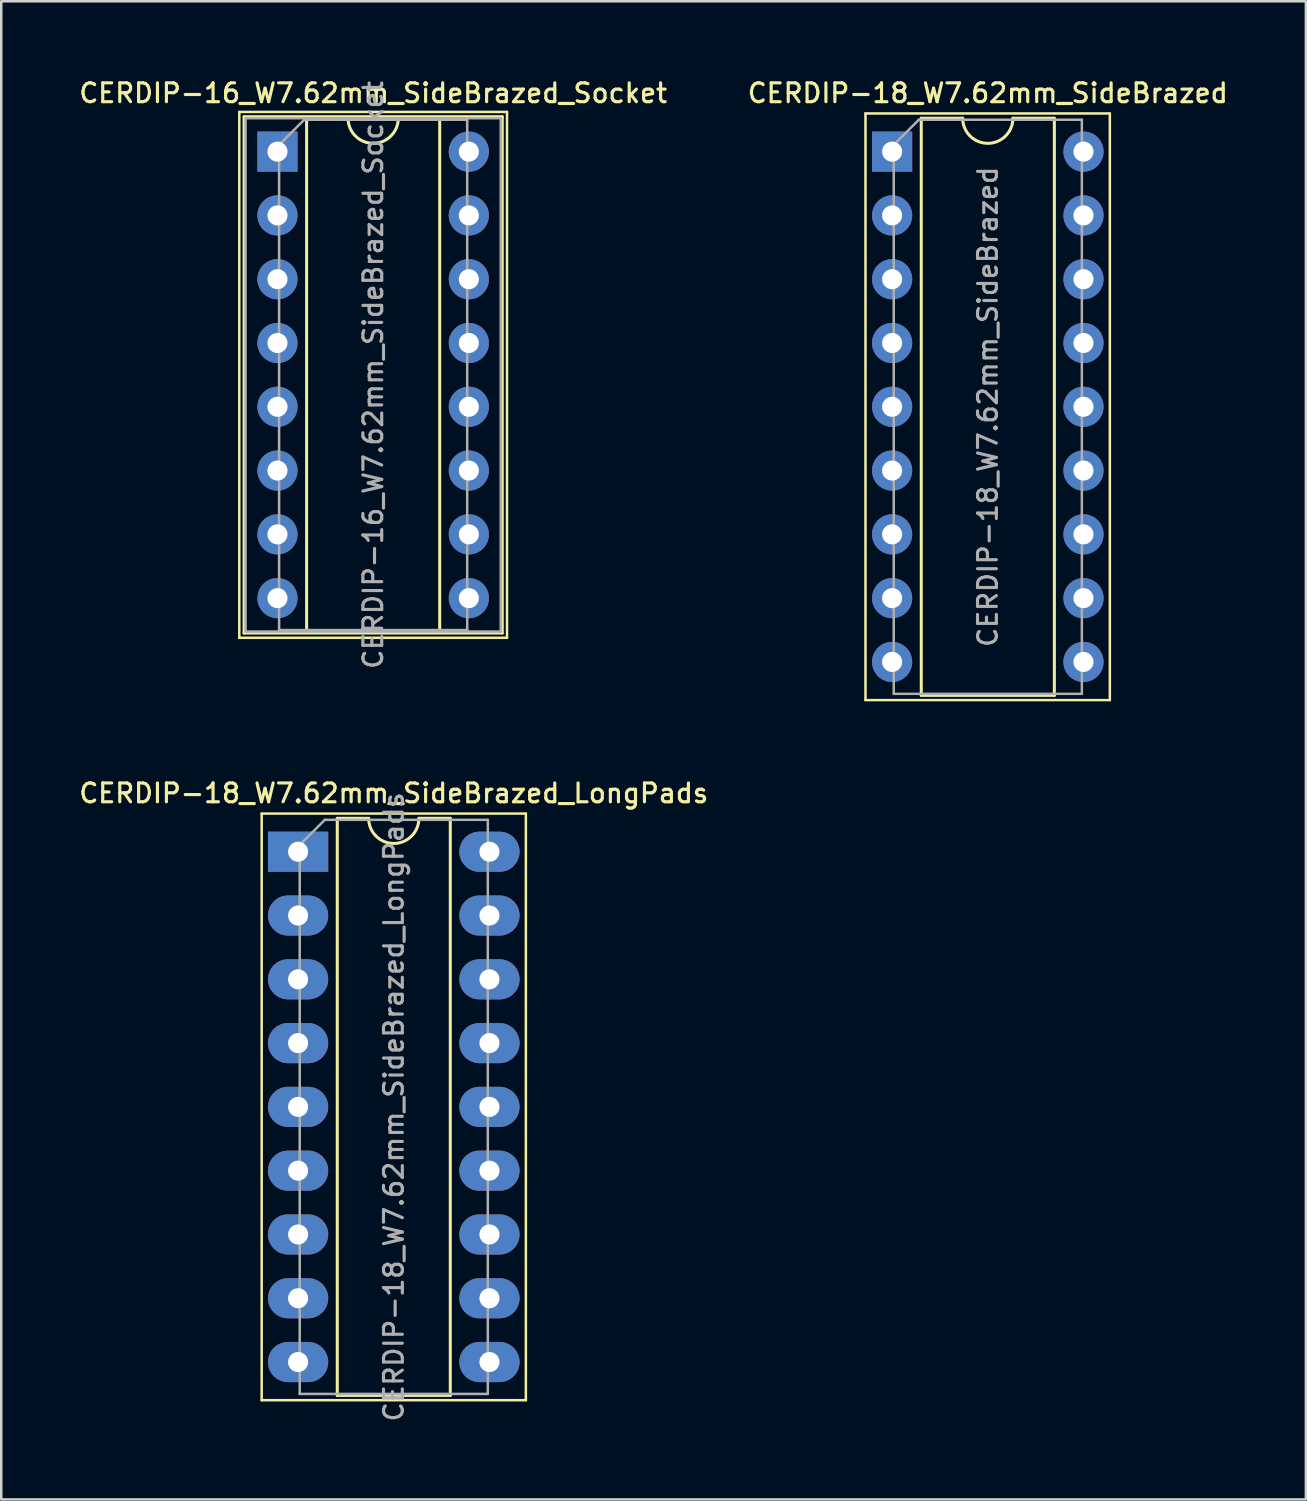
<source format=kicad_pcb>
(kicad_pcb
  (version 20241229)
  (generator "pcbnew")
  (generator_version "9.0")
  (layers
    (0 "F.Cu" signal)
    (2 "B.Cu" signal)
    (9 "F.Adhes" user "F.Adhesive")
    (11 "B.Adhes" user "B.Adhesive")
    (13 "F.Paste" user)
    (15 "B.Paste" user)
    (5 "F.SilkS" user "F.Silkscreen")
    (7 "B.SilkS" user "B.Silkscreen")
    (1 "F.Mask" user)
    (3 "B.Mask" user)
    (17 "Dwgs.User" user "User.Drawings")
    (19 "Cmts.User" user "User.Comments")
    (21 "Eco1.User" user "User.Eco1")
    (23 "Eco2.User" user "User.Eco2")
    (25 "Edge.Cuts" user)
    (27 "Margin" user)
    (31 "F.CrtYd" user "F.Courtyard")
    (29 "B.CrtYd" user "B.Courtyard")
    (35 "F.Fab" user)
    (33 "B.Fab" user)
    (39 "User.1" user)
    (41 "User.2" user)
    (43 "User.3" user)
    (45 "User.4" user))
  (footprint "CERDIP-18_W7.62mm_SideBrazed_LongPads"
    (layer "F.Cu")
    (at 8.82 30.866)
    (property "Reference" "CERDIP-18_W7.62mm_SideBrazed_LongPads" (at 3.81 -2.33 0) (layer "F.SilkS") (effects (font (size 0.75 0.75) (thickness 0.125))))
    (attr through_hole)
    (fp_line (start -1.45 -1.52) (end -1.45 21.84) (stroke (width 0.1) (type solid)) (layer "F.SilkS"))
    (fp_line (start -1.45 21.84) (end 9.07 21.84) (stroke (width 0.1) (type solid)) (layer "F.SilkS"))
    (fp_line (start 1.56 -1.33) (end 1.56 21.65) (stroke (width 0.12) (type solid)) (layer "F.SilkS"))
    (fp_line (start 1.56 21.65) (end 6.06 21.65) (stroke (width 0.12) (type solid)) (layer "F.SilkS"))
    (fp_line (start 2.81 -1.33) (end 1.56 -1.33) (stroke (width 0.12) (type solid)) (layer "F.SilkS"))
    (fp_line (start 6.06 -1.33) (end 4.81 -1.33) (stroke (width 0.12) (type solid)) (layer "F.SilkS"))
    (fp_line (start 6.06 21.65) (end 6.06 -1.33) (stroke (width 0.12) (type solid)) (layer "F.SilkS"))
    (fp_line (start 9.07 -1.52) (end -1.45 -1.52) (stroke (width 0.1) (type solid)) (layer "F.SilkS"))
    (fp_line (start 9.07 21.84) (end 9.07 -1.52) (stroke (width 0.1) (type solid)) (layer "F.SilkS"))
    (fp_arc (start 4.81 -1.33) (mid 3.81 -0.33) (end 2.81 -1.33) (stroke (width 0.12) (type solid)) (layer "F.SilkS"))
    (fp_line (start 0.065 -0.27) (end 1.065 -1.27) (stroke (width 0.1) (type solid)) (layer "F.Fab"))
    (fp_line (start 0.065 21.59) (end 0.065 -0.27) (stroke (width 0.1) (type solid)) (layer "F.Fab"))
    (fp_line (start 1.065 -1.27) (end 7.555 -1.27) (stroke (width 0.1) (type solid)) (layer "F.Fab"))
    (fp_line (start 7.555 -1.27) (end 7.555 21.59) (stroke (width 0.1) (type solid)) (layer "F.Fab"))
    (fp_line (start 7.555 21.59) (end 0.065 21.59) (stroke (width 0.1) (type solid)) (layer "F.Fab"))
    (fp_text user "${REFERENCE}" (at 3.81 10.16 90) (layer "F.Fab") (effects (font (size 0.75 0.75) (thickness 0.125))))
    (pad "1" thru_hole rect (at 0 0) (size 2.4 1.6) (drill 0.8) (layers "*.Cu" "*.Mask"))
    (pad "2" thru_hole oval (at 0 2.54) (size 2.4 1.6) (drill 0.8) (layers "*.Cu" "*.Mask"))
    (pad "3" thru_hole oval (at 0 5.08) (size 2.4 1.6) (drill 0.8) (layers "*.Cu" "*.Mask"))
    (pad "4" thru_hole oval (at 0 7.62) (size 2.4 1.6) (drill 0.8) (layers "*.Cu" "*.Mask"))
    (pad "5" thru_hole oval (at 0 10.16) (size 2.4 1.6) (drill 0.8) (layers "*.Cu" "*.Mask"))
    (pad "6" thru_hole oval (at 0 12.7) (size 2.4 1.6) (drill 0.8) (layers "*.Cu" "*.Mask"))
    (pad "7" thru_hole oval (at 0 15.24) (size 2.4 1.6) (drill 0.8) (layers "*.Cu" "*.Mask"))
    (pad "8" thru_hole oval (at 0 17.78) (size 2.4 1.6) (drill 0.8) (layers "*.Cu" "*.Mask"))
    (pad "9" thru_hole oval (at 0 20.32) (size 2.4 1.6) (drill 0.8) (layers "*.Cu" "*.Mask"))
    (pad "10" thru_hole oval (at 7.62 20.32) (size 2.4 1.6) (drill 0.8) (layers "*.Cu" "*.Mask"))
    (pad "11" thru_hole oval (at 7.62 17.78) (size 2.4 1.6) (drill 0.8) (layers "*.Cu" "*.Mask"))
    (pad "12" thru_hole oval (at 7.62 15.24) (size 2.4 1.6) (drill 0.8) (layers "*.Cu" "*.Mask"))
    (pad "13" thru_hole oval (at 7.62 12.7) (size 2.4 1.6) (drill 0.8) (layers "*.Cu" "*.Mask"))
    (pad "14" thru_hole oval (at 7.62 10.16) (size 2.4 1.6) (drill 0.8) (layers "*.Cu" "*.Mask"))
    (pad "15" thru_hole oval (at 7.62 7.62) (size 2.4 1.6) (drill 0.8) (layers "*.Cu" "*.Mask"))
    (pad "16" thru_hole oval (at 7.62 5.08) (size 2.4 1.6) (drill 0.8) (layers "*.Cu" "*.Mask"))
    (pad "17" thru_hole oval (at 7.62 2.54) (size 2.4 1.6) (drill 0.8) (layers "*.Cu" "*.Mask"))
    (pad "18" thru_hole oval (at 7.62 0) (size 2.4 1.6) (drill 0.8) (layers "*.Cu" "*.Mask")))
  (footprint "CERDIP-16_W7.62mm_SideBrazed_Socket"
    (layer "F.Cu")
    (at 7.999 2.988)
    (property "Reference" "CERDIP-16_W7.62mm_SideBrazed_Socket" (at 3.81 -2.33 0) (layer "F.SilkS") (effects (font (size 0.75 0.75) (thickness 0.125))))
    (attr through_hole)
    (fp_line (start -1.52 -1.58) (end -1.52 19.36) (stroke (width 0.1) (type solid)) (layer "F.SilkS"))
    (fp_line (start -1.52 19.36) (end 9.14 19.36) (stroke (width 0.1) (type solid)) (layer "F.SilkS"))
    (fp_line (start -1.33 -1.39) (end -1.33 19.17) (stroke (width 0.12) (type solid)) (layer "F.SilkS"))
    (fp_line (start -1.33 19.17) (end 8.95 19.17) (stroke (width 0.12) (type solid)) (layer "F.SilkS"))
    (fp_line (start 1.16 -1.33) (end 1.16 19.11) (stroke (width 0.12) (type solid)) (layer "F.SilkS"))
    (fp_line (start 1.16 19.11) (end 6.46 19.11) (stroke (width 0.12) (type solid)) (layer "F.SilkS"))
    (fp_line (start 2.81 -1.33) (end 1.16 -1.33) (stroke (width 0.12) (type solid)) (layer "F.SilkS"))
    (fp_line (start 6.46 -1.33) (end 4.81 -1.33) (stroke (width 0.12) (type solid)) (layer "F.SilkS"))
    (fp_line (start 6.46 19.11) (end 6.46 -1.33) (stroke (width 0.12) (type solid)) (layer "F.SilkS"))
    (fp_line (start 8.95 -1.39) (end -1.33 -1.39) (stroke (width 0.12) (type solid)) (layer "F.SilkS"))
    (fp_line (start 8.95 19.17) (end 8.95 -1.39) (stroke (width 0.12) (type solid)) (layer "F.SilkS"))
    (fp_line (start 9.14 -1.58) (end -1.52 -1.58) (stroke (width 0.1) (type solid)) (layer "F.SilkS"))
    (fp_line (start 9.14 19.36) (end 9.14 -1.58) (stroke (width 0.1) (type solid)) (layer "F.SilkS"))
    (fp_arc (start 4.81 -1.33) (mid 3.81 -0.33) (end 2.81 -1.33) (stroke (width 0.12) (type solid)) (layer "F.SilkS"))
    (fp_line (start -1.27 -1.33) (end -1.27 19.11) (stroke (width 0.1) (type solid)) (layer "F.Fab"))
    (fp_line (start -1.27 19.11) (end 8.89 19.11) (stroke (width 0.1) (type solid)) (layer "F.Fab"))
    (fp_line (start 0.065 -0.27) (end 1.065 -1.27) (stroke (width 0.1) (type solid)) (layer "F.Fab"))
    (fp_line (start 0.065 19.05) (end 0.065 -0.27) (stroke (width 0.1) (type solid)) (layer "F.Fab"))
    (fp_line (start 1.065 -1.27) (end 7.555 -1.27) (stroke (width 0.1) (type solid)) (layer "F.Fab"))
    (fp_line (start 7.555 -1.27) (end 7.555 19.05) (stroke (width 0.1) (type solid)) (layer "F.Fab"))
    (fp_line (start 7.555 19.05) (end 0.065 19.05) (stroke (width 0.1) (type solid)) (layer "F.Fab"))
    (fp_line (start 8.89 -1.33) (end -1.27 -1.33) (stroke (width 0.1) (type solid)) (layer "F.Fab"))
    (fp_line (start 8.89 19.11) (end 8.89 -1.33) (stroke (width 0.1) (type solid)) (layer "F.Fab"))
    (fp_text user "${REFERENCE}" (at 3.81 8.89 90) (layer "F.Fab") (effects (font (size 0.75 0.75) (thickness 0.125))))
    (pad "1" thru_hole rect (at 0 0) (size 1.6 1.6) (drill 0.8) (layers "*.Cu" "*.Mask"))
    (pad "2" thru_hole circle (at 0 2.54) (size 1.6 1.6) (drill 0.8) (layers "*.Cu" "*.Mask"))
    (pad "3" thru_hole circle (at 0 5.08) (size 1.6 1.6) (drill 0.8) (layers "*.Cu" "*.Mask"))
    (pad "4" thru_hole circle (at 0 7.62) (size 1.6 1.6) (drill 0.8) (layers "*.Cu" "*.Mask"))
    (pad "5" thru_hole circle (at 0 10.16) (size 1.6 1.6) (drill 0.8) (layers "*.Cu" "*.Mask"))
    (pad "6" thru_hole circle (at 0 12.7) (size 1.6 1.6) (drill 0.8) (layers "*.Cu" "*.Mask"))
    (pad "7" thru_hole circle (at 0 15.24) (size 1.6 1.6) (drill 0.8) (layers "*.Cu" "*.Mask"))
    (pad "8" thru_hole circle (at 0 17.78) (size 1.6 1.6) (drill 0.8) (layers "*.Cu" "*.Mask"))
    (pad "9" thru_hole circle (at 7.62 17.78) (size 1.6 1.6) (drill 0.8) (layers "*.Cu" "*.Mask"))
    (pad "10" thru_hole circle (at 7.62 15.24) (size 1.6 1.6) (drill 0.8) (layers "*.Cu" "*.Mask"))
    (pad "11" thru_hole circle (at 7.62 12.7) (size 1.6 1.6) (drill 0.8) (layers "*.Cu" "*.Mask"))
    (pad "12" thru_hole circle (at 7.62 10.16) (size 1.6 1.6) (drill 0.8) (layers "*.Cu" "*.Mask"))
    (pad "13" thru_hole circle (at 7.62 7.62) (size 1.6 1.6) (drill 0.8) (layers "*.Cu" "*.Mask"))
    (pad "14" thru_hole circle (at 7.62 5.08) (size 1.6 1.6) (drill 0.8) (layers "*.Cu" "*.Mask"))
    (pad "15" thru_hole circle (at 7.62 2.54) (size 1.6 1.6) (drill 0.8) (layers "*.Cu" "*.Mask"))
    (pad "16" thru_hole circle (at 7.62 0) (size 1.6 1.6) (drill 0.8) (layers "*.Cu" "*.Mask")))
  (footprint "CERDIP-18_W7.62mm_SideBrazed"
    (layer "F.Cu")
    (at 32.474 2.988)
    (property "Reference" "CERDIP-18_W7.62mm_SideBrazed" (at 3.81 -2.33 0) (layer "F.SilkS") (effects (font (size 0.75 0.75) (thickness 0.125))))
    (attr through_hole)
    (fp_line (start -1.06 -1.52) (end -1.06 21.84) (stroke (width 0.1) (type solid)) (layer "F.SilkS"))
    (fp_line (start -1.06 21.84) (end 8.67 21.84) (stroke (width 0.1) (type solid)) (layer "F.SilkS"))
    (fp_line (start 1.16 -1.33) (end 1.16 21.65) (stroke (width 0.12) (type solid)) (layer "F.SilkS"))
    (fp_line (start 1.16 21.65) (end 6.46 21.65) (stroke (width 0.12) (type solid)) (layer "F.SilkS"))
    (fp_line (start 2.81 -1.33) (end 1.16 -1.33) (stroke (width 0.12) (type solid)) (layer "F.SilkS"))
    (fp_line (start 6.46 -1.33) (end 4.81 -1.33) (stroke (width 0.12) (type solid)) (layer "F.SilkS"))
    (fp_line (start 6.46 21.65) (end 6.46 -1.33) (stroke (width 0.12) (type solid)) (layer "F.SilkS"))
    (fp_line (start 8.67 -1.52) (end -1.06 -1.52) (stroke (width 0.1) (type solid)) (layer "F.SilkS"))
    (fp_line (start 8.67 21.84) (end 8.67 -1.52) (stroke (width 0.1) (type solid)) (layer "F.SilkS"))
    (fp_arc (start 4.81 -1.33) (mid 3.81 -0.33) (end 2.81 -1.33) (stroke (width 0.12) (type solid)) (layer "F.SilkS"))
    (fp_line (start 0.065 -0.27) (end 1.065 -1.27) (stroke (width 0.1) (type solid)) (layer "F.Fab"))
    (fp_line (start 0.065 21.59) (end 0.065 -0.27) (stroke (width 0.1) (type solid)) (layer "F.Fab"))
    (fp_line (start 1.065 -1.27) (end 7.555 -1.27) (stroke (width 0.1) (type solid)) (layer "F.Fab"))
    (fp_line (start 7.555 -1.27) (end 7.555 21.59) (stroke (width 0.1) (type solid)) (layer "F.Fab"))
    (fp_line (start 7.555 21.59) (end 0.065 21.59) (stroke (width 0.1) (type solid)) (layer "F.Fab"))
    (fp_text user "${REFERENCE}" (at 3.81 10.16 90) (layer "F.Fab") (effects (font (size 0.75 0.75) (thickness 0.125))))
    (pad "1" thru_hole rect (at 0 0) (size 1.6 1.6) (drill 0.8) (layers "*.Cu" "*.Mask"))
    (pad "2" thru_hole circle (at 0 2.54) (size 1.6 1.6) (drill 0.8) (layers "*.Cu" "*.Mask"))
    (pad "3" thru_hole circle (at 0 5.08) (size 1.6 1.6) (drill 0.8) (layers "*.Cu" "*.Mask"))
    (pad "4" thru_hole circle (at 0 7.62) (size 1.6 1.6) (drill 0.8) (layers "*.Cu" "*.Mask"))
    (pad "5" thru_hole circle (at 0 10.16) (size 1.6 1.6) (drill 0.8) (layers "*.Cu" "*.Mask"))
    (pad "6" thru_hole circle (at 0 12.7) (size 1.6 1.6) (drill 0.8) (layers "*.Cu" "*.Mask"))
    (pad "7" thru_hole circle (at 0 15.24) (size 1.6 1.6) (drill 0.8) (layers "*.Cu" "*.Mask"))
    (pad "8" thru_hole circle (at 0 17.78) (size 1.6 1.6) (drill 0.8) (layers "*.Cu" "*.Mask"))
    (pad "9" thru_hole circle (at 0 20.32) (size 1.6 1.6) (drill 0.8) (layers "*.Cu" "*.Mask"))
    (pad "10" thru_hole circle (at 7.62 20.32) (size 1.6 1.6) (drill 0.8) (layers "*.Cu" "*.Mask"))
    (pad "11" thru_hole circle (at 7.62 17.78) (size 1.6 1.6) (drill 0.8) (layers "*.Cu" "*.Mask"))
    (pad "12" thru_hole circle (at 7.62 15.24) (size 1.6 1.6) (drill 0.8) (layers "*.Cu" "*.Mask"))
    (pad "13" thru_hole circle (at 7.62 12.7) (size 1.6 1.6) (drill 0.8) (layers "*.Cu" "*.Mask"))
    (pad "14" thru_hole circle (at 7.62 10.16) (size 1.6 1.6) (drill 0.8) (layers "*.Cu" "*.Mask"))
    (pad "15" thru_hole circle (at 7.62 7.62) (size 1.6 1.6) (drill 0.8) (layers "*.Cu" "*.Mask"))
    (pad "16" thru_hole circle (at 7.62 5.08) (size 1.6 1.6) (drill 0.8) (layers "*.Cu" "*.Mask"))
    (pad "17" thru_hole circle (at 7.62 2.54) (size 1.6 1.6) (drill 0.8) (layers "*.Cu" "*.Mask"))
    (pad "18" thru_hole circle (at 7.62 0) (size 1.6 1.6) (drill 0.8) (layers "*.Cu" "*.Mask")))
  (gr_rect
    (start -3 -3)
    (end 48.95 56.657)
    (stroke (width 0.1) (type default))
    (fill no)
    (layer "Edge.Cuts")))
</source>
